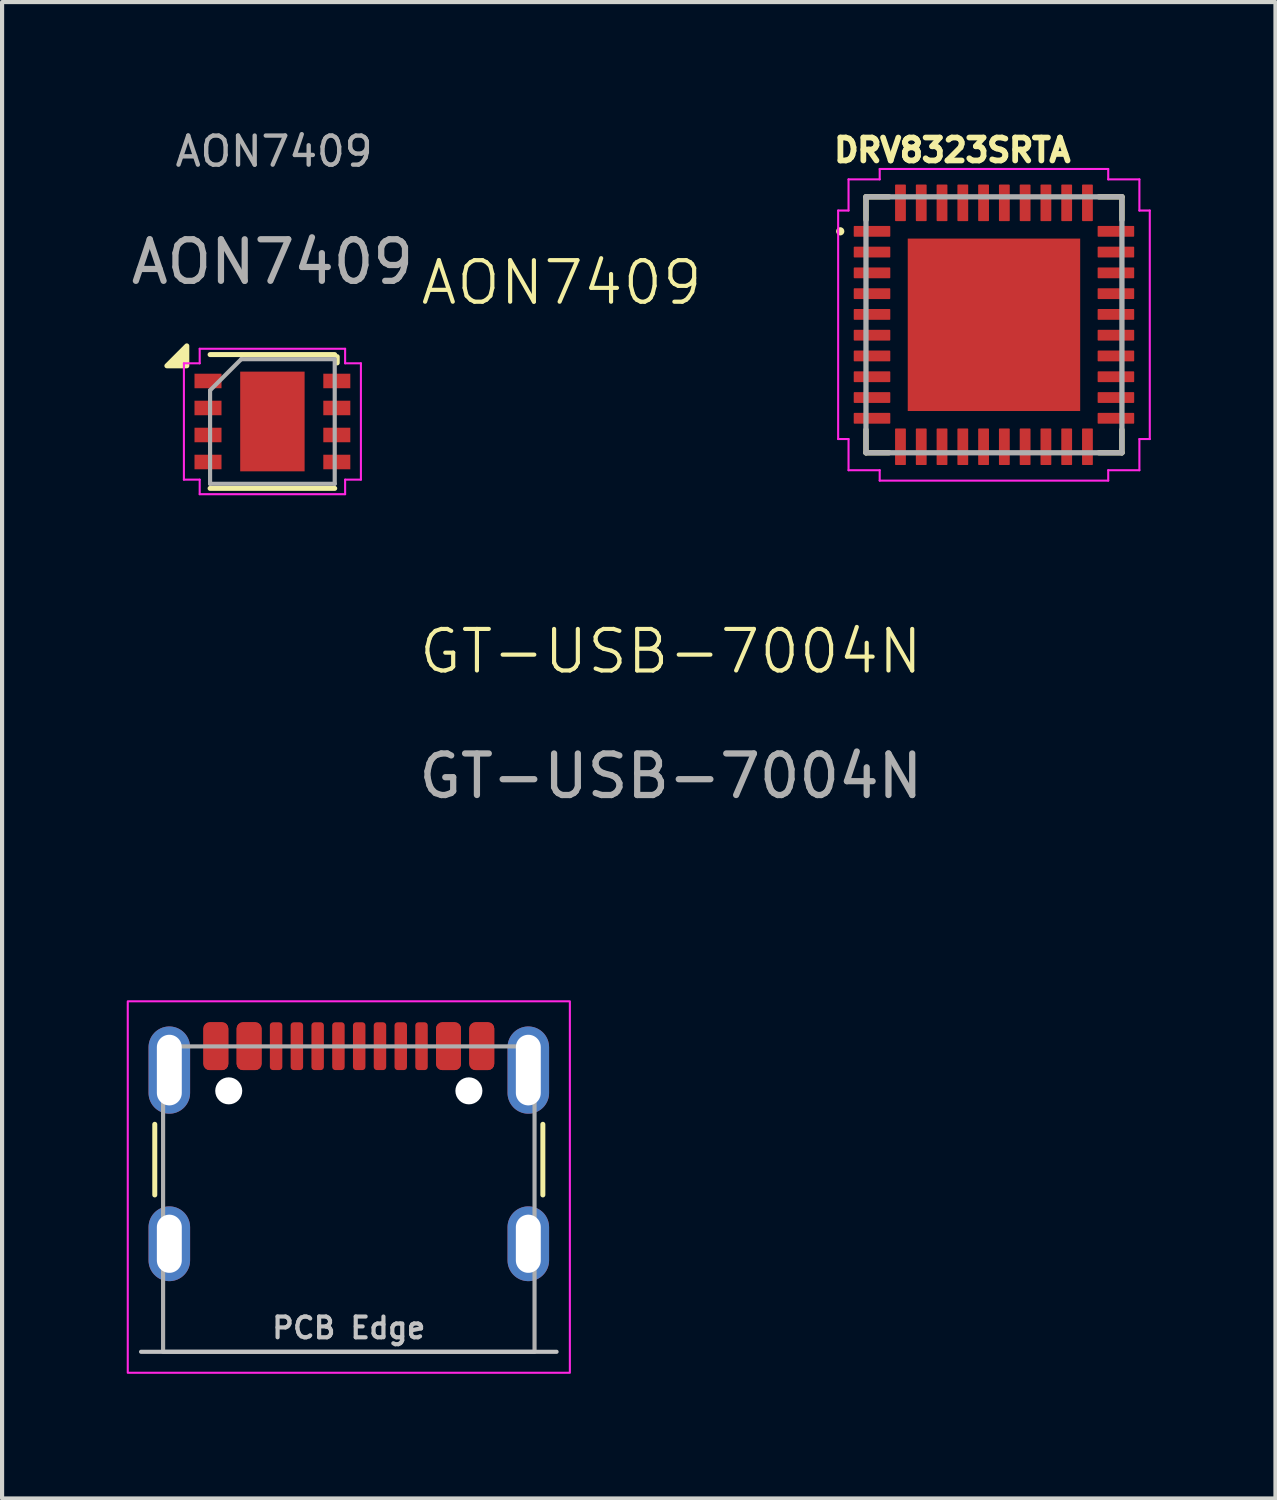
<source format=kicad_pcb>
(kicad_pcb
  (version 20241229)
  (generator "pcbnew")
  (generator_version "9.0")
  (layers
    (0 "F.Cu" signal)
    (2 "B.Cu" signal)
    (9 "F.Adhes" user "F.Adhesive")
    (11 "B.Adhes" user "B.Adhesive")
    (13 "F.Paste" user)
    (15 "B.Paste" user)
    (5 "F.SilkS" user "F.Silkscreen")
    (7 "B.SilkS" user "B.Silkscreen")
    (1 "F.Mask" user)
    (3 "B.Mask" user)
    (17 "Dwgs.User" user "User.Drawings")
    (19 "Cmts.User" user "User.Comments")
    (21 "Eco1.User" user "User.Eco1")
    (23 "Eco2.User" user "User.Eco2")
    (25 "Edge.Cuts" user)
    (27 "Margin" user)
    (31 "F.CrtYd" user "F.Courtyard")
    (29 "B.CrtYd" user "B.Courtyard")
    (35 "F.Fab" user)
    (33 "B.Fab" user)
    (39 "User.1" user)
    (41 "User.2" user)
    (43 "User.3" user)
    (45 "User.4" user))
  (footprint "DRV8323SRTA"
    (layer "F.Cu")
    (at 20.872 4.767)
    (property "Reference" "DRV8323SRTA" (at -1.001 -4.203 0) (layer "F.SilkS") (effects (font (size 0.552 0.552) (thickness 0.138))))
    (attr smd)
    (fp_line (start -3.08 -3.08) (end -3.08 -2.526) (stroke (width 0.127) (type solid)) (layer "F.SilkS"))
    (fp_line (start -3.08 2.526) (end -3.08 3.08) (stroke (width 0.127) (type solid)) (layer "F.SilkS"))
    (fp_line (start -3.08 3.08) (end -2.526 3.08) (stroke (width 0.127) (type solid)) (layer "F.SilkS"))
    (fp_line (start -2.526 -3.08) (end -3.08 -3.08) (stroke (width 0.127) (type solid)) (layer "F.SilkS"))
    (fp_line (start 2.526 -3.08) (end 3.08 -3.08) (stroke (width 0.127) (type solid)) (layer "F.SilkS"))
    (fp_line (start 2.526 3.08) (end 3.08 3.08) (stroke (width 0.127) (type solid)) (layer "F.SilkS"))
    (fp_line (start 3.08 -3.08) (end 3.08 -2.526) (stroke (width 0.127) (type solid)) (layer "F.SilkS"))
    (fp_line (start 3.08 3.08) (end 3.08 2.526) (stroke (width 0.127) (type solid)) (layer "F.SilkS"))
    (fp_circle (center -3.7 -2.25) (end -3.65 -2.25) (stroke (width 0.1) (type solid)) (fill no) (layer "F.SilkS"))
    (fp_line (start -3.75 -2.75) (end -3.75 2.75) (stroke (width 0.05) (type solid)) (layer "F.CrtYd"))
    (fp_line (start -3.75 2.75) (end -3.5 2.75) (stroke (width 0.05) (type solid)) (layer "F.CrtYd"))
    (fp_line (start -3.5 -3.5) (end -3.5 -2.75) (stroke (width 0.05) (type solid)) (layer "F.CrtYd"))
    (fp_line (start -3.5 -2.75) (end -3.75 -2.75) (stroke (width 0.05) (type solid)) (layer "F.CrtYd"))
    (fp_line (start -3.5 2.75) (end -3.5 3.5) (stroke (width 0.05) (type solid)) (layer "F.CrtYd"))
    (fp_line (start -3.5 3.5) (end -2.75 3.5) (stroke (width 0.05) (type solid)) (layer "F.CrtYd"))
    (fp_line (start -2.75 -3.75) (end -2.75 -3.5) (stroke (width 0.05) (type solid)) (layer "F.CrtYd"))
    (fp_line (start -2.75 -3.5) (end -3.5 -3.5) (stroke (width 0.05) (type solid)) (layer "F.CrtYd"))
    (fp_line (start -2.75 3.5) (end -2.75 3.75) (stroke (width 0.05) (type solid)) (layer "F.CrtYd"))
    (fp_line (start -2.75 3.75) (end 2.75 3.75) (stroke (width 0.05) (type solid)) (layer "F.CrtYd"))
    (fp_line (start 2.75 -3.75) (end -2.75 -3.75) (stroke (width 0.05) (type solid)) (layer "F.CrtYd"))
    (fp_line (start 2.75 -3.5) (end 2.75 -3.75) (stroke (width 0.05) (type solid)) (layer "F.CrtYd"))
    (fp_line (start 2.75 3.5) (end 3.5 3.5) (stroke (width 0.05) (type solid)) (layer "F.CrtYd"))
    (fp_line (start 2.75 3.75) (end 2.75 3.5) (stroke (width 0.05) (type solid)) (layer "F.CrtYd"))
    (fp_line (start 3.5 -3.5) (end 2.75 -3.5) (stroke (width 0.05) (type solid)) (layer "F.CrtYd"))
    (fp_line (start 3.5 -2.75) (end 3.5 -3.5) (stroke (width 0.05) (type solid)) (layer "F.CrtYd"))
    (fp_line (start 3.5 2.75) (end 3.75 2.75) (stroke (width 0.05) (type solid)) (layer "F.CrtYd"))
    (fp_line (start 3.5 3.5) (end 3.5 2.75) (stroke (width 0.05) (type solid)) (layer "F.CrtYd"))
    (fp_line (start 3.75 -2.75) (end 3.5 -2.75) (stroke (width 0.05) (type solid)) (layer "F.CrtYd"))
    (fp_line (start 3.75 2.75) (end 3.75 -2.75) (stroke (width 0.05) (type solid)) (layer "F.CrtYd"))
    (fp_line (start -3.08 -3.08) (end -3.08 3.08) (stroke (width 0.127) (type solid)) (layer "F.Fab"))
    (fp_line (start -3.08 3.08) (end 3.08 3.08) (stroke (width 0.127) (type solid)) (layer "F.Fab"))
    (fp_line (start 3.08 -3.08) (end -3.08 -3.08) (stroke (width 0.127) (type solid)) (layer "F.Fab"))
    (fp_line (start 3.08 3.08) (end 3.08 -3.08) (stroke (width 0.127) (type solid)) (layer "F.Fab"))
    (pad "1" smd roundrect (at -2.935 -2.25) (size 0.88 0.26) (layers "F.Cu" "F.Mask" "F.Paste") (roundrect_rratio 0.07))
    (pad "2" smd roundrect (at -2.935 -1.75) (size 0.88 0.26) (layers "F.Cu" "F.Mask" "F.Paste") (roundrect_rratio 0.07))
    (pad "3" smd roundrect (at -2.935 -1.25) (size 0.88 0.26) (layers "F.Cu" "F.Mask" "F.Paste") (roundrect_rratio 0.07))
    (pad "4" smd roundrect (at -2.935 -0.75) (size 0.88 0.26) (layers "F.Cu" "F.Mask" "F.Paste") (roundrect_rratio 0.07))
    (pad "5" smd roundrect (at -2.935 -0.25) (size 0.88 0.26) (layers "F.Cu" "F.Mask" "F.Paste") (roundrect_rratio 0.07))
    (pad "6" smd roundrect (at -2.935 0.25) (size 0.88 0.26) (layers "F.Cu" "F.Mask" "F.Paste") (roundrect_rratio 0.07))
    (pad "7" smd roundrect (at -2.935 0.75) (size 0.88 0.26) (layers "F.Cu" "F.Mask" "F.Paste") (roundrect_rratio 0.07))
    (pad "8" smd roundrect (at -2.935 1.25) (size 0.88 0.26) (layers "F.Cu" "F.Mask" "F.Paste") (roundrect_rratio 0.07))
    (pad "9" smd roundrect (at -2.935 1.75) (size 0.88 0.26) (layers "F.Cu" "F.Mask" "F.Paste") (roundrect_rratio 0.07))
    (pad "10" smd roundrect (at -2.935 2.25) (size 0.88 0.26) (layers "F.Cu" "F.Mask" "F.Paste") (roundrect_rratio 0.07))
    (pad "11" smd roundrect (at -2.25 2.935) (size 0.26 0.88) (layers "F.Cu" "F.Mask" "F.Paste") (roundrect_rratio 0.07))
    (pad "12" smd roundrect (at -1.75 2.935) (size 0.26 0.88) (layers "F.Cu" "F.Mask" "F.Paste") (roundrect_rratio 0.07))
    (pad "13" smd roundrect (at -1.25 2.935) (size 0.26 0.88) (layers "F.Cu" "F.Mask" "F.Paste") (roundrect_rratio 0.07))
    (pad "14" smd roundrect (at -0.75 2.935) (size 0.26 0.88) (layers "F.Cu" "F.Mask" "F.Paste") (roundrect_rratio 0.07))
    (pad "15" smd roundrect (at -0.25 2.935) (size 0.26 0.88) (layers "F.Cu" "F.Mask" "F.Paste") (roundrect_rratio 0.07))
    (pad "16" smd roundrect (at 0.25 2.935) (size 0.26 0.88) (layers "F.Cu" "F.Mask" "F.Paste") (roundrect_rratio 0.07))
    (pad "17" smd roundrect (at 0.75 2.935) (size 0.26 0.88) (layers "F.Cu" "F.Mask" "F.Paste") (roundrect_rratio 0.07))
    (pad "18" smd roundrect (at 1.25 2.935) (size 0.26 0.88) (layers "F.Cu" "F.Mask" "F.Paste") (roundrect_rratio 0.07))
    (pad "19" smd roundrect (at 1.75 2.935) (size 0.26 0.88) (layers "F.Cu" "F.Mask" "F.Paste") (roundrect_rratio 0.07))
    (pad "20" smd roundrect (at 2.25 2.935) (size 0.26 0.88) (layers "F.Cu" "F.Mask" "F.Paste") (roundrect_rratio 0.07))
    (pad "21" smd roundrect (at 2.935 2.25) (size 0.88 0.26) (layers "F.Cu" "F.Mask" "F.Paste") (roundrect_rratio 0.07))
    (pad "22" smd roundrect (at 2.935 1.75) (size 0.88 0.26) (layers "F.Cu" "F.Mask" "F.Paste") (roundrect_rratio 0.07))
    (pad "23" smd roundrect (at 2.935 1.25) (size 0.88 0.26) (layers "F.Cu" "F.Mask" "F.Paste") (roundrect_rratio 0.07))
    (pad "24" smd roundrect (at 2.935 0.75) (size 0.88 0.26) (layers "F.Cu" "F.Mask" "F.Paste") (roundrect_rratio 0.07))
    (pad "25" smd roundrect (at 2.935 0.25) (size 0.88 0.26) (layers "F.Cu" "F.Mask" "F.Paste") (roundrect_rratio 0.07))
    (pad "26" smd roundrect (at 2.935 -0.25) (size 0.88 0.26) (layers "F.Cu" "F.Mask" "F.Paste") (roundrect_rratio 0.07))
    (pad "27" smd roundrect (at 2.935 -0.75) (size 0.88 0.26) (layers "F.Cu" "F.Mask" "F.Paste") (roundrect_rratio 0.07))
    (pad "28" smd roundrect (at 2.935 -1.25) (size 0.88 0.26) (layers "F.Cu" "F.Mask" "F.Paste") (roundrect_rratio 0.07))
    (pad "29" smd roundrect (at 2.935 -1.75) (size 0.88 0.26) (layers "F.Cu" "F.Mask" "F.Paste") (roundrect_rratio 0.07))
    (pad "30" smd roundrect (at 2.935 -2.25) (size 0.88 0.26) (layers "F.Cu" "F.Mask" "F.Paste") (roundrect_rratio 0.07))
    (pad "31" smd roundrect (at 2.25 -2.935) (size 0.26 0.88) (layers "F.Cu" "F.Mask" "F.Paste") (roundrect_rratio 0.07))
    (pad "32" smd roundrect (at 1.75 -2.935) (size 0.26 0.88) (layers "F.Cu" "F.Mask" "F.Paste") (roundrect_rratio 0.07))
    (pad "33" smd roundrect (at 1.25 -2.935) (size 0.26 0.88) (layers "F.Cu" "F.Mask" "F.Paste") (roundrect_rratio 0.07))
    (pad "34" smd roundrect (at 0.75 -2.935) (size 0.26 0.88) (layers "F.Cu" "F.Mask" "F.Paste") (roundrect_rratio 0.07))
    (pad "35" smd roundrect (at 0.25 -2.935) (size 0.26 0.88) (layers "F.Cu" "F.Mask" "F.Paste") (roundrect_rratio 0.07))
    (pad "36" smd roundrect (at -0.25 -2.935) (size 0.26 0.88) (layers "F.Cu" "F.Mask" "F.Paste") (roundrect_rratio 0.07))
    (pad "37" smd roundrect (at -0.75 -2.935) (size 0.26 0.88) (layers "F.Cu" "F.Mask" "F.Paste") (roundrect_rratio 0.07))
    (pad "38" smd roundrect (at -1.25 -2.935) (size 0.26 0.88) (layers "F.Cu" "F.Mask" "F.Paste") (roundrect_rratio 0.07))
    (pad "39" smd roundrect (at -1.75 -2.935) (size 0.26 0.88) (layers "F.Cu" "F.Mask" "F.Paste") (roundrect_rratio 0.07))
    (pad "40" smd roundrect (at -2.25 -2.935) (size 0.26 0.88) (layers "F.Cu" "F.Mask" "F.Paste") (roundrect_rratio 0.07))
    (pad "41" smd rect (at 0 0) (size 4.15 4.15) (layers "F.Cu" "F.Mask" "F.Paste")))
  (footprint "AON7409"
    (layer "F.Cu")
    (at 3.466 7.254)
    (property "Reference" "AON7409" (at 7 -3.5 0) (unlocked yes) (layer "F.SilkS") (effects (font (size 1 1) (thickness 0.1))))
    (attr smd)
    (fp_line (start -1.46 -1.77) (end 1.54 -1.77) (stroke (width 0.12) (type solid)) (layer "F.SilkS"))
    (fp_line (start -1.46 1.45) (end 1.54 1.45) (stroke (width 0.12) (type solid)) (layer "F.SilkS"))
    (fp_line (start 1.6 -1.72) (end 1.6 -1.57) (stroke (width 0.12) (type solid)) (layer "F.SilkS"))
    (fp_poly (pts (xy -2.02 -1.5) (xy -2.5 -1.5) (xy -2.02 -1.98) (xy -2.02 -1.5)) (stroke (width 0.12) (type solid)) (fill yes) (layer "F.SilkS"))
    (fp_line (start -2.09 -1.56) (end -2.09 1.24) (stroke (width 0.05) (type solid)) (layer "F.CrtYd"))
    (fp_line (start -1.71 -1.91) (end -1.71 -1.56) (stroke (width 0.05) (type solid)) (layer "F.CrtYd"))
    (fp_line (start -1.71 -1.91) (end 1.79 -1.91) (stroke (width 0.05) (type solid)) (layer "F.CrtYd"))
    (fp_line (start -1.71 -1.56) (end -2.09 -1.56) (stroke (width 0.05) (type solid)) (layer "F.CrtYd"))
    (fp_line (start -1.71 1.24) (end -2.09 1.24) (stroke (width 0.05) (type solid)) (layer "F.CrtYd"))
    (fp_line (start -1.71 1.59) (end -1.71 1.24) (stroke (width 0.05) (type solid)) (layer "F.CrtYd"))
    (fp_line (start -1.71 1.59) (end 1.79 1.59) (stroke (width 0.05) (type solid)) (layer "F.CrtYd"))
    (fp_line (start 1.79 -1.91) (end 1.79 -1.56) (stroke (width 0.05) (type solid)) (layer "F.CrtYd"))
    (fp_line (start 1.79 -1.56) (end 2.17 -1.56) (stroke (width 0.05) (type solid)) (layer "F.CrtYd"))
    (fp_line (start 1.79 1.24) (end 2.17 1.24) (stroke (width 0.05) (type solid)) (layer "F.CrtYd"))
    (fp_line (start 1.79 1.59) (end 1.79 1.24) (stroke (width 0.05) (type solid)) (layer "F.CrtYd"))
    (fp_line (start 2.17 -1.56) (end 2.17 1.24) (stroke (width 0.05) (type solid)) (layer "F.CrtYd"))
    (fp_line (start -1.46 -0.91) (end -0.71 -1.66) (stroke (width 0.1) (type solid)) (layer "F.Fab"))
    (fp_line (start -1.46 1.34) (end -1.46 -0.91) (stroke (width 0.1) (type solid)) (layer "F.Fab"))
    (fp_line (start -0.71 -1.66) (end 1.54 -1.66) (stroke (width 0.1) (type solid)) (layer "F.Fab"))
    (fp_line (start 1.54 -1.66) (end 1.54 1.34) (stroke (width 0.1) (type solid)) (layer "F.Fab"))
    (fp_line (start 1.54 1.34) (end -1.46 1.34) (stroke (width 0.1) (type solid)) (layer "F.Fab"))
    (fp_text user "${REFERENCE}" (at 0.08 -6.66 0) (layer "F.Fab") (effects (font (size 0.7 0.7) (thickness 0.105))))
    (fp_text user "${REFERENCE}" (at 0.04 -4 0) (unlocked yes) (layer "F.Fab") (effects (font (size 1 1) (thickness 0.15))))
    (pad "" smd rect (at -0.347 -0.76) (size 0.6 1) (layers "F.Paste"))
    (pad "" smd rect (at -0.347 0.44) (size 0.6 1) (layers "F.Paste"))
    (pad "" smd rect (at 0.427 -0.76) (size 0.6 1) (layers "F.Paste"))
    (pad "" smd rect (at 0.427 0.44) (size 0.6 1) (layers "F.Paste"))
    (pad "1" smd rect (at -1.51 -1.135) (size 0.65 0.35) (layers "F.Cu" "F.Mask" "F.Paste"))
    (pad "2" smd rect (at -1.51 -0.485) (size 0.65 0.35) (layers "F.Cu" "F.Mask" "F.Paste"))
    (pad "3" smd rect (at -1.51 0.165) (size 0.65 0.35) (layers "F.Cu" "F.Mask" "F.Paste"))
    (pad "4" smd rect (at -1.51 0.815) (size 0.65 0.35) (layers "F.Cu" "F.Mask" "F.Paste"))
    (pad "5" smd rect (at 1.59 0.815) (size 0.65 0.35) (layers "F.Cu" "F.Mask" "F.Paste"))
    (pad "6" smd rect (at 1.59 0.165) (size 0.65 0.35) (layers "F.Cu" "F.Mask" "F.Paste"))
    (pad "7" smd rect (at 1.59 -0.485) (size 0.65 0.35) (layers "F.Cu" "F.Mask" "F.Paste"))
    (pad "8" smd rect (at 1.59 -1.135) (size 0.65 0.35) (layers "F.Cu" "F.Mask" "F.Paste"))
    (pad "9" smd rect (at 0.04 -0.16) (size 1.55 2.4) (layers "F.Cu" "F.Mask")))
  (footprint "GT-USB-7004N"
    (layer "F.Cu")
    (at 5.595 26.129)
    (property "Reference" "GT-USB-7004N" (at 7.5 -13.5 0) (unlocked yes) (layer "F.SilkS") (effects (font (size 1 1) (thickness 0.1))))
    (attr smd)
    (fp_line (start -4.92 -0.42) (end -4.92 -2.12) (stroke (width 0.12) (type solid)) (layer "F.SilkS"))
    (fp_line (start 4.42 -0.42) (end 4.42 -2.12) (stroke (width 0.12) (type solid)) (layer "F.SilkS"))
    (fp_line (start 4.75 3.355) (end -5.25 3.355) (stroke (width 0.1) (type solid)) (layer "Dwgs.User"))
    (fp_rect (start -5.57 -5.08) (end 5.07 3.86) (stroke (width 0.05) (type solid)) (fill no) (layer "F.CrtYd"))
    (fp_rect (start -4.72 -3.995) (end 4.22 3.355) (stroke (width 0.1) (type solid)) (fill no) (layer "F.Fab"))
    (fp_text user "PCB Edge" (at -0.25 2.78 0) (unlocked yes) (layer "Dwgs.User") (effects (font (size 0.5 0.5) (thickness 0.1))))
    (fp_text user "${REFERENCE}" (at 7.5 -10.5 0) (unlocked yes) (layer "F.Fab") (effects (font (size 1 1) (thickness 0.15))))
    (pad "" np_thru_hole circle (at -3.14 -2.925) (size 0.65 0.65) (drill 0.65) (layers "*.Cu" "*.Mask"))
    (pad "" np_thru_hole circle (at 2.64 -2.925) (size 0.65 0.65) (drill 0.65) (layers "*.Cu" "*.Mask"))
    (pad "A1" smd roundrect (at -3.45 -4) (size 0.6 1.15) (layers "F.Cu" "F.Mask" "F.Paste") (roundrect_rratio 0.25))
    (pad "A4" smd roundrect (at -2.65 -4) (size 0.6 1.15) (layers "F.Cu" "F.Mask" "F.Paste") (roundrect_rratio 0.25))
    (pad "A5" smd roundrect (at -1.5 -4) (size 0.3 1.15) (layers "F.Cu" "F.Mask" "F.Paste") (roundrect_rratio 0.25))
    (pad "A6" smd roundrect (at -0.5 -4) (size 0.3 1.15) (layers "F.Cu" "F.Mask" "F.Paste") (roundrect_rratio 0.25))
    (pad "A7" smd roundrect (at 0 -4) (size 0.3 1.15) (layers "F.Cu" "F.Mask" "F.Paste") (roundrect_rratio 0.25))
    (pad "A8" smd roundrect (at 1 -4) (size 0.3 1.15) (layers "F.Cu" "F.Mask" "F.Paste") (roundrect_rratio 0.25))
    (pad "A9" smd roundrect (at 2.15 -4) (size 0.6 1.15) (layers "F.Cu" "F.Mask" "F.Paste") (roundrect_rratio 0.25))
    (pad "A12" smd roundrect (at 2.95 -4) (size 0.6 1.15) (layers "F.Cu" "F.Mask" "F.Paste") (roundrect_rratio 0.25))
    (pad "B1" smd roundrect (at 2.95 -4) (size 0.6 1.15) (layers "F.Cu" "F.Mask" "F.Paste") (roundrect_rratio 0.25))
    (pad "B4" smd roundrect (at 2.15 -4) (size 0.6 1.15) (layers "F.Cu" "F.Mask" "F.Paste") (roundrect_rratio 0.25))
    (pad "B5" smd roundrect (at 1.5 -4) (size 0.3 1.15) (layers "F.Cu" "F.Mask" "F.Paste") (roundrect_rratio 0.25))
    (pad "B6" smd roundrect (at 0.5 -4) (size 0.3 1.15) (layers "F.Cu" "F.Mask" "F.Paste") (roundrect_rratio 0.25))
    (pad "B7" smd roundrect (at -1 -4) (size 0.3 1.15) (layers "F.Cu" "F.Mask" "F.Paste") (roundrect_rratio 0.25))
    (pad "B8" smd roundrect (at -2 -4) (size 0.3 1.15) (layers "F.Cu" "F.Mask" "F.Paste") (roundrect_rratio 0.25))
    (pad "B9" smd roundrect (at -2.65 -4) (size 0.6 1.15) (layers "F.Cu" "F.Mask" "F.Paste") (roundrect_rratio 0.25))
    (pad "B12" smd roundrect (at -3.45 -4) (size 0.6 1.15) (layers "F.Cu" "F.Mask" "F.Paste") (roundrect_rratio 0.25))
    (pad "S1" thru_hole oval (at -4.57 -3.425) (size 1 2.1) (drill oval 0.6 1.7) (property pad_prop_heatsink) (layers "*.Cu" "*.Mask" "F.Paste"))
    (pad "S1" thru_hole oval (at -4.57 0.755) (size 1 1.8) (drill oval 0.6 1.4) (property pad_prop_heatsink) (layers "*.Cu" "*.Mask" "F.Paste"))
    (pad "S1" thru_hole oval (at 4.07 -3.425) (size 1 2.1) (drill oval 0.6 1.7) (property pad_prop_heatsink) (layers "*.Cu" "*.Mask" "F.Paste"))
    (pad "S1" thru_hole oval (at 4.07 0.755) (size 1 1.8) (drill oval 0.6 1.4) (property pad_prop_heatsink) (layers "*.Cu" "*.Mask" "F.Paste")))
  (gr_rect
    (start -3 -3)
    (end 27.647 33.014)
    (stroke (width 0.1) (type default))
    (fill no)
    (layer "Edge.Cuts")))
</source>
